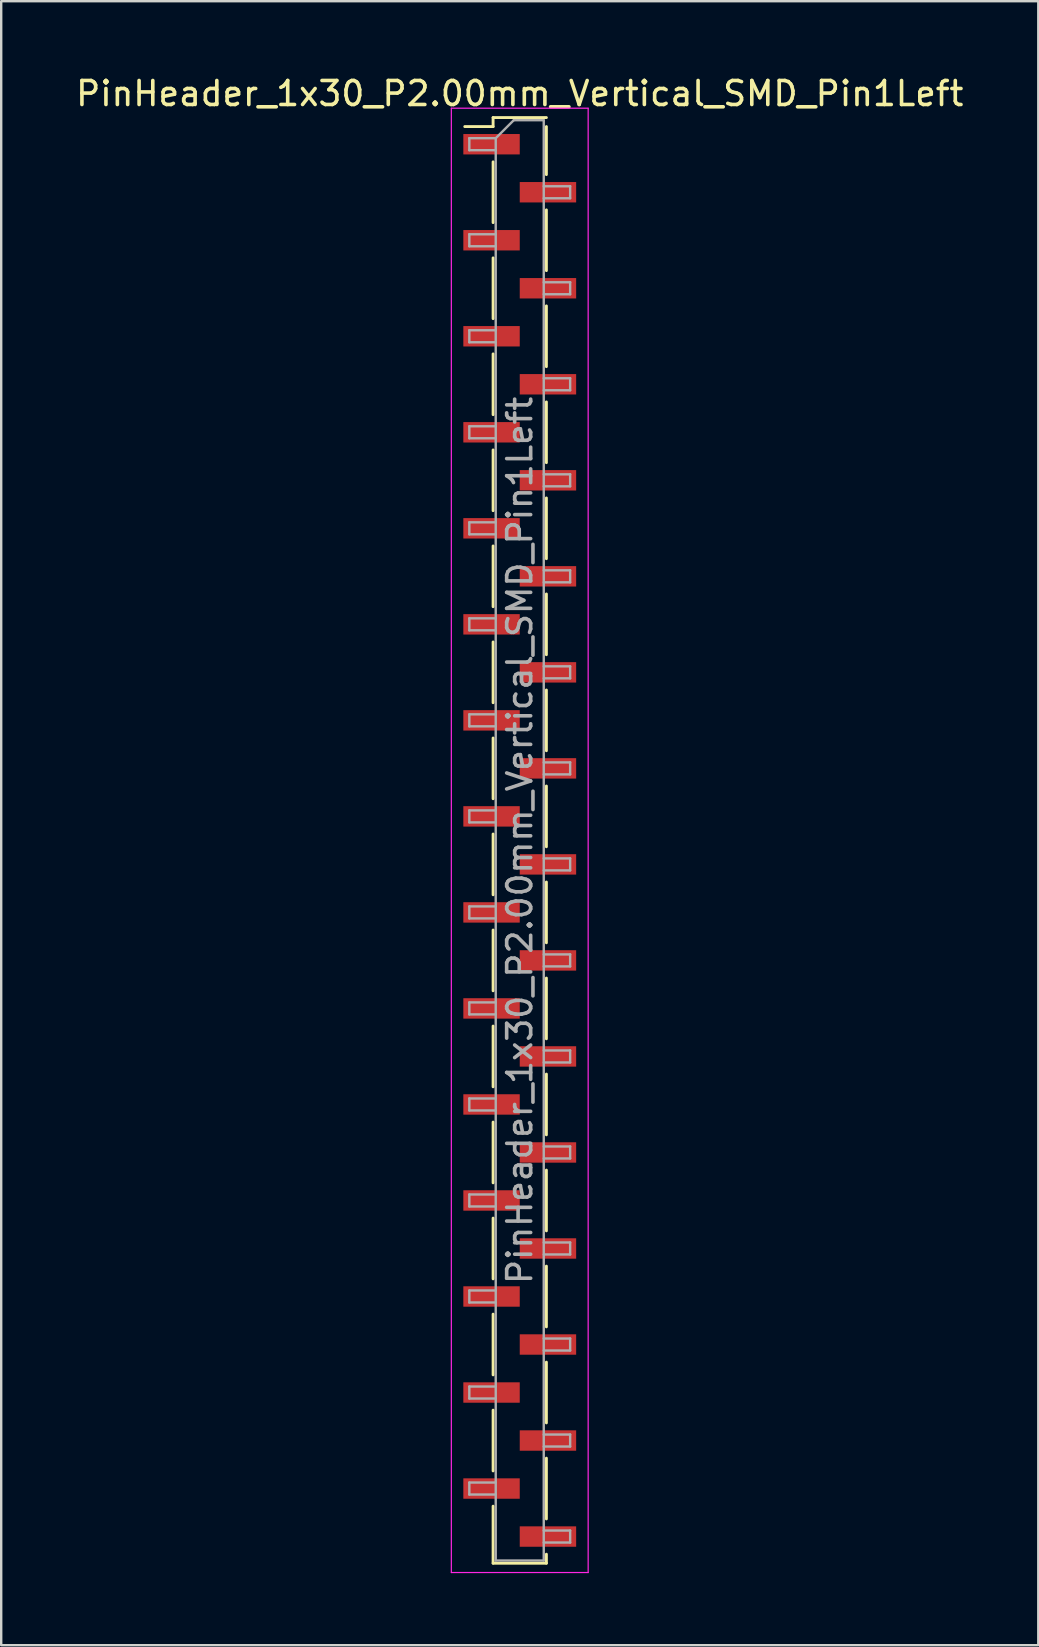
<source format=kicad_pcb>
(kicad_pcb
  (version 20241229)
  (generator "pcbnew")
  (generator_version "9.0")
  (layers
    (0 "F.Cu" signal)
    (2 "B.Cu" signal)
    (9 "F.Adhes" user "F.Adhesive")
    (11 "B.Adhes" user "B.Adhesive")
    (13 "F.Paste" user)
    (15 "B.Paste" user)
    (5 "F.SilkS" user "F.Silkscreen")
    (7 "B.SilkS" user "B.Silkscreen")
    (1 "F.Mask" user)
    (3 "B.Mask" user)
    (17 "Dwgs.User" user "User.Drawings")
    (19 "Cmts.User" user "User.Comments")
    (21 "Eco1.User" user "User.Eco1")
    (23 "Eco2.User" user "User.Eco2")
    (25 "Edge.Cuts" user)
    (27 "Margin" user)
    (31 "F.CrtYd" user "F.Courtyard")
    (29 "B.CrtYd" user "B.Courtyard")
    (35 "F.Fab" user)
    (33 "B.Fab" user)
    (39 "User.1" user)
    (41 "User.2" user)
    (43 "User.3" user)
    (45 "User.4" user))
  (footprint "PinHeader_1x30_P2.00mm_Vertical_SMD_Pin1Left"
    (layer "F.Cu")
    (at 18.601 31.958)
    (property "Reference" "PinHeader_1x30_P2.00mm_Vertical_SMD_Pin1Left" (at 0 -31.11 0) (layer "F.SilkS") (effects (font (size 1 1) (thickness 0.15))))
    (attr smd)
    (fp_line (start -1.11 -30.11) (end -1.11 -29.735) (stroke (width 0.12) (type solid)) (layer "F.SilkS"))
    (fp_line (start -1.11 -30.11) (end 1.11 -30.11) (stroke (width 0.12) (type solid)) (layer "F.SilkS"))
    (fp_line (start -1.11 -29.735) (end -2.29 -29.735) (stroke (width 0.12) (type solid)) (layer "F.SilkS"))
    (fp_line (start -1.11 -28.265) (end -1.11 -25.735) (stroke (width 0.12) (type solid)) (layer "F.SilkS"))
    (fp_line (start -1.11 -24.265) (end -1.11 -21.735) (stroke (width 0.12) (type solid)) (layer "F.SilkS"))
    (fp_line (start -1.11 -20.265) (end -1.11 -17.735) (stroke (width 0.12) (type solid)) (layer "F.SilkS"))
    (fp_line (start -1.11 -16.265) (end -1.11 -13.735) (stroke (width 0.12) (type solid)) (layer "F.SilkS"))
    (fp_line (start -1.11 -12.265) (end -1.11 -9.735) (stroke (width 0.12) (type solid)) (layer "F.SilkS"))
    (fp_line (start -1.11 -8.265) (end -1.11 -5.735) (stroke (width 0.12) (type solid)) (layer "F.SilkS"))
    (fp_line (start -1.11 -4.265) (end -1.11 -1.735) (stroke (width 0.12) (type solid)) (layer "F.SilkS"))
    (fp_line (start -1.11 -0.265) (end -1.11 2.265) (stroke (width 0.12) (type solid)) (layer "F.SilkS"))
    (fp_line (start -1.11 3.735) (end -1.11 6.265) (stroke (width 0.12) (type solid)) (layer "F.SilkS"))
    (fp_line (start -1.11 7.735) (end -1.11 10.265) (stroke (width 0.12) (type solid)) (layer "F.SilkS"))
    (fp_line (start -1.11 11.735) (end -1.11 14.265) (stroke (width 0.12) (type solid)) (layer "F.SilkS"))
    (fp_line (start -1.11 15.735) (end -1.11 18.265) (stroke (width 0.12) (type solid)) (layer "F.SilkS"))
    (fp_line (start -1.11 19.735) (end -1.11 22.265) (stroke (width 0.12) (type solid)) (layer "F.SilkS"))
    (fp_line (start -1.11 23.735) (end -1.11 26.265) (stroke (width 0.12) (type solid)) (layer "F.SilkS"))
    (fp_line (start -1.11 27.735) (end -1.11 30.11) (stroke (width 0.12) (type solid)) (layer "F.SilkS"))
    (fp_line (start -1.11 30.11) (end 1.11 30.11) (stroke (width 0.12) (type solid)) (layer "F.SilkS"))
    (fp_line (start 1.11 -29.735) (end 1.11 -27.735) (stroke (width 0.12) (type solid)) (layer "F.SilkS"))
    (fp_line (start 1.11 -26.265) (end 1.11 -23.735) (stroke (width 0.12) (type solid)) (layer "F.SilkS"))
    (fp_line (start 1.11 -22.265) (end 1.11 -19.735) (stroke (width 0.12) (type solid)) (layer "F.SilkS"))
    (fp_line (start 1.11 -18.265) (end 1.11 -15.735) (stroke (width 0.12) (type solid)) (layer "F.SilkS"))
    (fp_line (start 1.11 -14.265) (end 1.11 -11.735) (stroke (width 0.12) (type solid)) (layer "F.SilkS"))
    (fp_line (start 1.11 -10.265) (end 1.11 -7.735) (stroke (width 0.12) (type solid)) (layer "F.SilkS"))
    (fp_line (start 1.11 -6.265) (end 1.11 -3.735) (stroke (width 0.12) (type solid)) (layer "F.SilkS"))
    (fp_line (start 1.11 -2.265) (end 1.11 0.265) (stroke (width 0.12) (type solid)) (layer "F.SilkS"))
    (fp_line (start 1.11 1.735) (end 1.11 4.265) (stroke (width 0.12) (type solid)) (layer "F.SilkS"))
    (fp_line (start 1.11 5.735) (end 1.11 8.265) (stroke (width 0.12) (type solid)) (layer "F.SilkS"))
    (fp_line (start 1.11 9.735) (end 1.11 12.265) (stroke (width 0.12) (type solid)) (layer "F.SilkS"))
    (fp_line (start 1.11 13.735) (end 1.11 16.265) (stroke (width 0.12) (type solid)) (layer "F.SilkS"))
    (fp_line (start 1.11 17.735) (end 1.11 20.265) (stroke (width 0.12) (type solid)) (layer "F.SilkS"))
    (fp_line (start 1.11 21.735) (end 1.11 24.265) (stroke (width 0.12) (type solid)) (layer "F.SilkS"))
    (fp_line (start 1.11 25.735) (end 1.11 28.265) (stroke (width 0.12) (type solid)) (layer "F.SilkS"))
    (fp_line (start 1.11 29.735) (end 1.11 30.11) (stroke (width 0.12) (type solid)) (layer "F.SilkS"))
    (fp_line (start -2.85 -30.5) (end -2.85 30.5) (stroke (width 0.05) (type solid)) (layer "F.CrtYd"))
    (fp_line (start -2.85 30.5) (end 2.85 30.5) (stroke (width 0.05) (type solid)) (layer "F.CrtYd"))
    (fp_line (start 2.85 -30.5) (end -2.85 -30.5) (stroke (width 0.05) (type solid)) (layer "F.CrtYd"))
    (fp_line (start 2.85 30.5) (end 2.85 -30.5) (stroke (width 0.05) (type solid)) (layer "F.CrtYd"))
    (fp_line (start -2.1 -29.25) (end -2.1 -28.75) (stroke (width 0.1) (type solid)) (layer "F.Fab"))
    (fp_line (start -2.1 -28.75) (end -1 -28.75) (stroke (width 0.1) (type solid)) (layer "F.Fab"))
    (fp_line (start -2.1 -25.25) (end -2.1 -24.75) (stroke (width 0.1) (type solid)) (layer "F.Fab"))
    (fp_line (start -2.1 -24.75) (end -1 -24.75) (stroke (width 0.1) (type solid)) (layer "F.Fab"))
    (fp_line (start -2.1 -21.25) (end -2.1 -20.75) (stroke (width 0.1) (type solid)) (layer "F.Fab"))
    (fp_line (start -2.1 -20.75) (end -1 -20.75) (stroke (width 0.1) (type solid)) (layer "F.Fab"))
    (fp_line (start -2.1 -17.25) (end -2.1 -16.75) (stroke (width 0.1) (type solid)) (layer "F.Fab"))
    (fp_line (start -2.1 -16.75) (end -1 -16.75) (stroke (width 0.1) (type solid)) (layer "F.Fab"))
    (fp_line (start -2.1 -13.25) (end -2.1 -12.75) (stroke (width 0.1) (type solid)) (layer "F.Fab"))
    (fp_line (start -2.1 -12.75) (end -1 -12.75) (stroke (width 0.1) (type solid)) (layer "F.Fab"))
    (fp_line (start -2.1 -9.25) (end -2.1 -8.75) (stroke (width 0.1) (type solid)) (layer "F.Fab"))
    (fp_line (start -2.1 -8.75) (end -1 -8.75) (stroke (width 0.1) (type solid)) (layer "F.Fab"))
    (fp_line (start -2.1 -5.25) (end -2.1 -4.75) (stroke (width 0.1) (type solid)) (layer "F.Fab"))
    (fp_line (start -2.1 -4.75) (end -1 -4.75) (stroke (width 0.1) (type solid)) (layer "F.Fab"))
    (fp_line (start -2.1 -1.25) (end -2.1 -0.75) (stroke (width 0.1) (type solid)) (layer "F.Fab"))
    (fp_line (start -2.1 -0.75) (end -1 -0.75) (stroke (width 0.1) (type solid)) (layer "F.Fab"))
    (fp_line (start -2.1 2.75) (end -2.1 3.25) (stroke (width 0.1) (type solid)) (layer "F.Fab"))
    (fp_line (start -2.1 3.25) (end -1 3.25) (stroke (width 0.1) (type solid)) (layer "F.Fab"))
    (fp_line (start -2.1 6.75) (end -2.1 7.25) (stroke (width 0.1) (type solid)) (layer "F.Fab"))
    (fp_line (start -2.1 7.25) (end -1 7.25) (stroke (width 0.1) (type solid)) (layer "F.Fab"))
    (fp_line (start -2.1 10.75) (end -2.1 11.25) (stroke (width 0.1) (type solid)) (layer "F.Fab"))
    (fp_line (start -2.1 11.25) (end -1 11.25) (stroke (width 0.1) (type solid)) (layer "F.Fab"))
    (fp_line (start -2.1 14.75) (end -2.1 15.25) (stroke (width 0.1) (type solid)) (layer "F.Fab"))
    (fp_line (start -2.1 15.25) (end -1 15.25) (stroke (width 0.1) (type solid)) (layer "F.Fab"))
    (fp_line (start -2.1 18.75) (end -2.1 19.25) (stroke (width 0.1) (type solid)) (layer "F.Fab"))
    (fp_line (start -2.1 19.25) (end -1 19.25) (stroke (width 0.1) (type solid)) (layer "F.Fab"))
    (fp_line (start -2.1 22.75) (end -2.1 23.25) (stroke (width 0.1) (type solid)) (layer "F.Fab"))
    (fp_line (start -2.1 23.25) (end -1 23.25) (stroke (width 0.1) (type solid)) (layer "F.Fab"))
    (fp_line (start -2.1 26.75) (end -2.1 27.25) (stroke (width 0.1) (type solid)) (layer "F.Fab"))
    (fp_line (start -2.1 27.25) (end -1 27.25) (stroke (width 0.1) (type solid)) (layer "F.Fab"))
    (fp_line (start -1 -29.25) (end -2.1 -29.25) (stroke (width 0.1) (type solid)) (layer "F.Fab"))
    (fp_line (start -1 -29.25) (end -0.25 -30) (stroke (width 0.1) (type solid)) (layer "F.Fab"))
    (fp_line (start -1 -25.25) (end -2.1 -25.25) (stroke (width 0.1) (type solid)) (layer "F.Fab"))
    (fp_line (start -1 -21.25) (end -2.1 -21.25) (stroke (width 0.1) (type solid)) (layer "F.Fab"))
    (fp_line (start -1 -17.25) (end -2.1 -17.25) (stroke (width 0.1) (type solid)) (layer "F.Fab"))
    (fp_line (start -1 -13.25) (end -2.1 -13.25) (stroke (width 0.1) (type solid)) (layer "F.Fab"))
    (fp_line (start -1 -9.25) (end -2.1 -9.25) (stroke (width 0.1) (type solid)) (layer "F.Fab"))
    (fp_line (start -1 -5.25) (end -2.1 -5.25) (stroke (width 0.1) (type solid)) (layer "F.Fab"))
    (fp_line (start -1 -1.25) (end -2.1 -1.25) (stroke (width 0.1) (type solid)) (layer "F.Fab"))
    (fp_line (start -1 2.75) (end -2.1 2.75) (stroke (width 0.1) (type solid)) (layer "F.Fab"))
    (fp_line (start -1 6.75) (end -2.1 6.75) (stroke (width 0.1) (type solid)) (layer "F.Fab"))
    (fp_line (start -1 10.75) (end -2.1 10.75) (stroke (width 0.1) (type solid)) (layer "F.Fab"))
    (fp_line (start -1 14.75) (end -2.1 14.75) (stroke (width 0.1) (type solid)) (layer "F.Fab"))
    (fp_line (start -1 18.75) (end -2.1 18.75) (stroke (width 0.1) (type solid)) (layer "F.Fab"))
    (fp_line (start -1 22.75) (end -2.1 22.75) (stroke (width 0.1) (type solid)) (layer "F.Fab"))
    (fp_line (start -1 26.75) (end -2.1 26.75) (stroke (width 0.1) (type solid)) (layer "F.Fab"))
    (fp_line (start -1 30) (end -1 -29.25) (stroke (width 0.1) (type solid)) (layer "F.Fab"))
    (fp_line (start -0.25 -30) (end 1 -30) (stroke (width 0.1) (type solid)) (layer "F.Fab"))
    (fp_line (start 1 -30) (end 1 30) (stroke (width 0.1) (type solid)) (layer "F.Fab"))
    (fp_line (start 1 -27.25) (end 2.1 -27.25) (stroke (width 0.1) (type solid)) (layer "F.Fab"))
    (fp_line (start 1 -23.25) (end 2.1 -23.25) (stroke (width 0.1) (type solid)) (layer "F.Fab"))
    (fp_line (start 1 -19.25) (end 2.1 -19.25) (stroke (width 0.1) (type solid)) (layer "F.Fab"))
    (fp_line (start 1 -15.25) (end 2.1 -15.25) (stroke (width 0.1) (type solid)) (layer "F.Fab"))
    (fp_line (start 1 -11.25) (end 2.1 -11.25) (stroke (width 0.1) (type solid)) (layer "F.Fab"))
    (fp_line (start 1 -7.25) (end 2.1 -7.25) (stroke (width 0.1) (type solid)) (layer "F.Fab"))
    (fp_line (start 1 -3.25) (end 2.1 -3.25) (stroke (width 0.1) (type solid)) (layer "F.Fab"))
    (fp_line (start 1 0.75) (end 2.1 0.75) (stroke (width 0.1) (type solid)) (layer "F.Fab"))
    (fp_line (start 1 4.75) (end 2.1 4.75) (stroke (width 0.1) (type solid)) (layer "F.Fab"))
    (fp_line (start 1 8.75) (end 2.1 8.75) (stroke (width 0.1) (type solid)) (layer "F.Fab"))
    (fp_line (start 1 12.75) (end 2.1 12.75) (stroke (width 0.1) (type solid)) (layer "F.Fab"))
    (fp_line (start 1 16.75) (end 2.1 16.75) (stroke (width 0.1) (type solid)) (layer "F.Fab"))
    (fp_line (start 1 20.75) (end 2.1 20.75) (stroke (width 0.1) (type solid)) (layer "F.Fab"))
    (fp_line (start 1 24.75) (end 2.1 24.75) (stroke (width 0.1) (type solid)) (layer "F.Fab"))
    (fp_line (start 1 28.75) (end 2.1 28.75) (stroke (width 0.1) (type solid)) (layer "F.Fab"))
    (fp_line (start 1 30) (end -1 30) (stroke (width 0.1) (type solid)) (layer "F.Fab"))
    (fp_line (start 2.1 -27.25) (end 2.1 -26.75) (stroke (width 0.1) (type solid)) (layer "F.Fab"))
    (fp_line (start 2.1 -26.75) (end 1 -26.75) (stroke (width 0.1) (type solid)) (layer "F.Fab"))
    (fp_line (start 2.1 -23.25) (end 2.1 -22.75) (stroke (width 0.1) (type solid)) (layer "F.Fab"))
    (fp_line (start 2.1 -22.75) (end 1 -22.75) (stroke (width 0.1) (type solid)) (layer "F.Fab"))
    (fp_line (start 2.1 -19.25) (end 2.1 -18.75) (stroke (width 0.1) (type solid)) (layer "F.Fab"))
    (fp_line (start 2.1 -18.75) (end 1 -18.75) (stroke (width 0.1) (type solid)) (layer "F.Fab"))
    (fp_line (start 2.1 -15.25) (end 2.1 -14.75) (stroke (width 0.1) (type solid)) (layer "F.Fab"))
    (fp_line (start 2.1 -14.75) (end 1 -14.75) (stroke (width 0.1) (type solid)) (layer "F.Fab"))
    (fp_line (start 2.1 -11.25) (end 2.1 -10.75) (stroke (width 0.1) (type solid)) (layer "F.Fab"))
    (fp_line (start 2.1 -10.75) (end 1 -10.75) (stroke (width 0.1) (type solid)) (layer "F.Fab"))
    (fp_line (start 2.1 -7.25) (end 2.1 -6.75) (stroke (width 0.1) (type solid)) (layer "F.Fab"))
    (fp_line (start 2.1 -6.75) (end 1 -6.75) (stroke (width 0.1) (type solid)) (layer "F.Fab"))
    (fp_line (start 2.1 -3.25) (end 2.1 -2.75) (stroke (width 0.1) (type solid)) (layer "F.Fab"))
    (fp_line (start 2.1 -2.75) (end 1 -2.75) (stroke (width 0.1) (type solid)) (layer "F.Fab"))
    (fp_line (start 2.1 0.75) (end 2.1 1.25) (stroke (width 0.1) (type solid)) (layer "F.Fab"))
    (fp_line (start 2.1 1.25) (end 1 1.25) (stroke (width 0.1) (type solid)) (layer "F.Fab"))
    (fp_line (start 2.1 4.75) (end 2.1 5.25) (stroke (width 0.1) (type solid)) (layer "F.Fab"))
    (fp_line (start 2.1 5.25) (end 1 5.25) (stroke (width 0.1) (type solid)) (layer "F.Fab"))
    (fp_line (start 2.1 8.75) (end 2.1 9.25) (stroke (width 0.1) (type solid)) (layer "F.Fab"))
    (fp_line (start 2.1 9.25) (end 1 9.25) (stroke (width 0.1) (type solid)) (layer "F.Fab"))
    (fp_line (start 2.1 12.75) (end 2.1 13.25) (stroke (width 0.1) (type solid)) (layer "F.Fab"))
    (fp_line (start 2.1 13.25) (end 1 13.25) (stroke (width 0.1) (type solid)) (layer "F.Fab"))
    (fp_line (start 2.1 16.75) (end 2.1 17.25) (stroke (width 0.1) (type solid)) (layer "F.Fab"))
    (fp_line (start 2.1 17.25) (end 1 17.25) (stroke (width 0.1) (type solid)) (layer "F.Fab"))
    (fp_line (start 2.1 20.75) (end 2.1 21.25) (stroke (width 0.1) (type solid)) (layer "F.Fab"))
    (fp_line (start 2.1 21.25) (end 1 21.25) (stroke (width 0.1) (type solid)) (layer "F.Fab"))
    (fp_line (start 2.1 24.75) (end 2.1 25.25) (stroke (width 0.1) (type solid)) (layer "F.Fab"))
    (fp_line (start 2.1 25.25) (end 1 25.25) (stroke (width 0.1) (type solid)) (layer "F.Fab"))
    (fp_line (start 2.1 28.75) (end 2.1 29.25) (stroke (width 0.1) (type solid)) (layer "F.Fab"))
    (fp_line (start 2.1 29.25) (end 1 29.25) (stroke (width 0.1) (type solid)) (layer "F.Fab"))
    (fp_text user "${REFERENCE}" (at 0 0 90) (layer "F.Fab") (effects (font (size 1 1) (thickness 0.15))))
    (pad "1" smd rect (at -1.175 -29) (size 2.35 0.85) (layers "F.Cu" "F.Mask" "F.Paste"))
    (pad "2" smd rect (at 1.175 -27) (size 2.35 0.85) (layers "F.Cu" "F.Mask" "F.Paste"))
    (pad "3" smd rect (at -1.175 -25) (size 2.35 0.85) (layers "F.Cu" "F.Mask" "F.Paste"))
    (pad "4" smd rect (at 1.175 -23) (size 2.35 0.85) (layers "F.Cu" "F.Mask" "F.Paste"))
    (pad "5" smd rect (at -1.175 -21) (size 2.35 0.85) (layers "F.Cu" "F.Mask" "F.Paste"))
    (pad "6" smd rect (at 1.175 -19) (size 2.35 0.85) (layers "F.Cu" "F.Mask" "F.Paste"))
    (pad "7" smd rect (at -1.175 -17) (size 2.35 0.85) (layers "F.Cu" "F.Mask" "F.Paste"))
    (pad "8" smd rect (at 1.175 -15) (size 2.35 0.85) (layers "F.Cu" "F.Mask" "F.Paste"))
    (pad "9" smd rect (at -1.175 -13) (size 2.35 0.85) (layers "F.Cu" "F.Mask" "F.Paste"))
    (pad "10" smd rect (at 1.175 -11) (size 2.35 0.85) (layers "F.Cu" "F.Mask" "F.Paste"))
    (pad "11" smd rect (at -1.175 -9) (size 2.35 0.85) (layers "F.Cu" "F.Mask" "F.Paste"))
    (pad "12" smd rect (at 1.175 -7) (size 2.35 0.85) (layers "F.Cu" "F.Mask" "F.Paste"))
    (pad "13" smd rect (at -1.175 -5) (size 2.35 0.85) (layers "F.Cu" "F.Mask" "F.Paste"))
    (pad "14" smd rect (at 1.175 -3) (size 2.35 0.85) (layers "F.Cu" "F.Mask" "F.Paste"))
    (pad "15" smd rect (at -1.175 -1) (size 2.35 0.85) (layers "F.Cu" "F.Mask" "F.Paste"))
    (pad "16" smd rect (at 1.175 1) (size 2.35 0.85) (layers "F.Cu" "F.Mask" "F.Paste"))
    (pad "17" smd rect (at -1.175 3) (size 2.35 0.85) (layers "F.Cu" "F.Mask" "F.Paste"))
    (pad "18" smd rect (at 1.175 5) (size 2.35 0.85) (layers "F.Cu" "F.Mask" "F.Paste"))
    (pad "19" smd rect (at -1.175 7) (size 2.35 0.85) (layers "F.Cu" "F.Mask" "F.Paste"))
    (pad "20" smd rect (at 1.175 9) (size 2.35 0.85) (layers "F.Cu" "F.Mask" "F.Paste"))
    (pad "21" smd rect (at -1.175 11) (size 2.35 0.85) (layers "F.Cu" "F.Mask" "F.Paste"))
    (pad "22" smd rect (at 1.175 13) (size 2.35 0.85) (layers "F.Cu" "F.Mask" "F.Paste"))
    (pad "23" smd rect (at -1.175 15) (size 2.35 0.85) (layers "F.Cu" "F.Mask" "F.Paste"))
    (pad "24" smd rect (at 1.175 17) (size 2.35 0.85) (layers "F.Cu" "F.Mask" "F.Paste"))
    (pad "25" smd rect (at -1.175 19) (size 2.35 0.85) (layers "F.Cu" "F.Mask" "F.Paste"))
    (pad "26" smd rect (at 1.175 21) (size 2.35 0.85) (layers "F.Cu" "F.Mask" "F.Paste"))
    (pad "27" smd rect (at -1.175 23) (size 2.35 0.85) (layers "F.Cu" "F.Mask" "F.Paste"))
    (pad "28" smd rect (at 1.175 25) (size 2.35 0.85) (layers "F.Cu" "F.Mask" "F.Paste"))
    (pad "29" smd rect (at -1.175 27) (size 2.35 0.85) (layers "F.Cu" "F.Mask" "F.Paste"))
    (pad "30" smd rect (at 1.175 29) (size 2.35 0.85) (layers "F.Cu" "F.Mask" "F.Paste")))
  (gr_rect
    (start -3 -3)
    (end 40.202 65.483)
    (stroke (width 0.1) (type default))
    (fill no)
    (layer "Edge.Cuts")))
</source>
